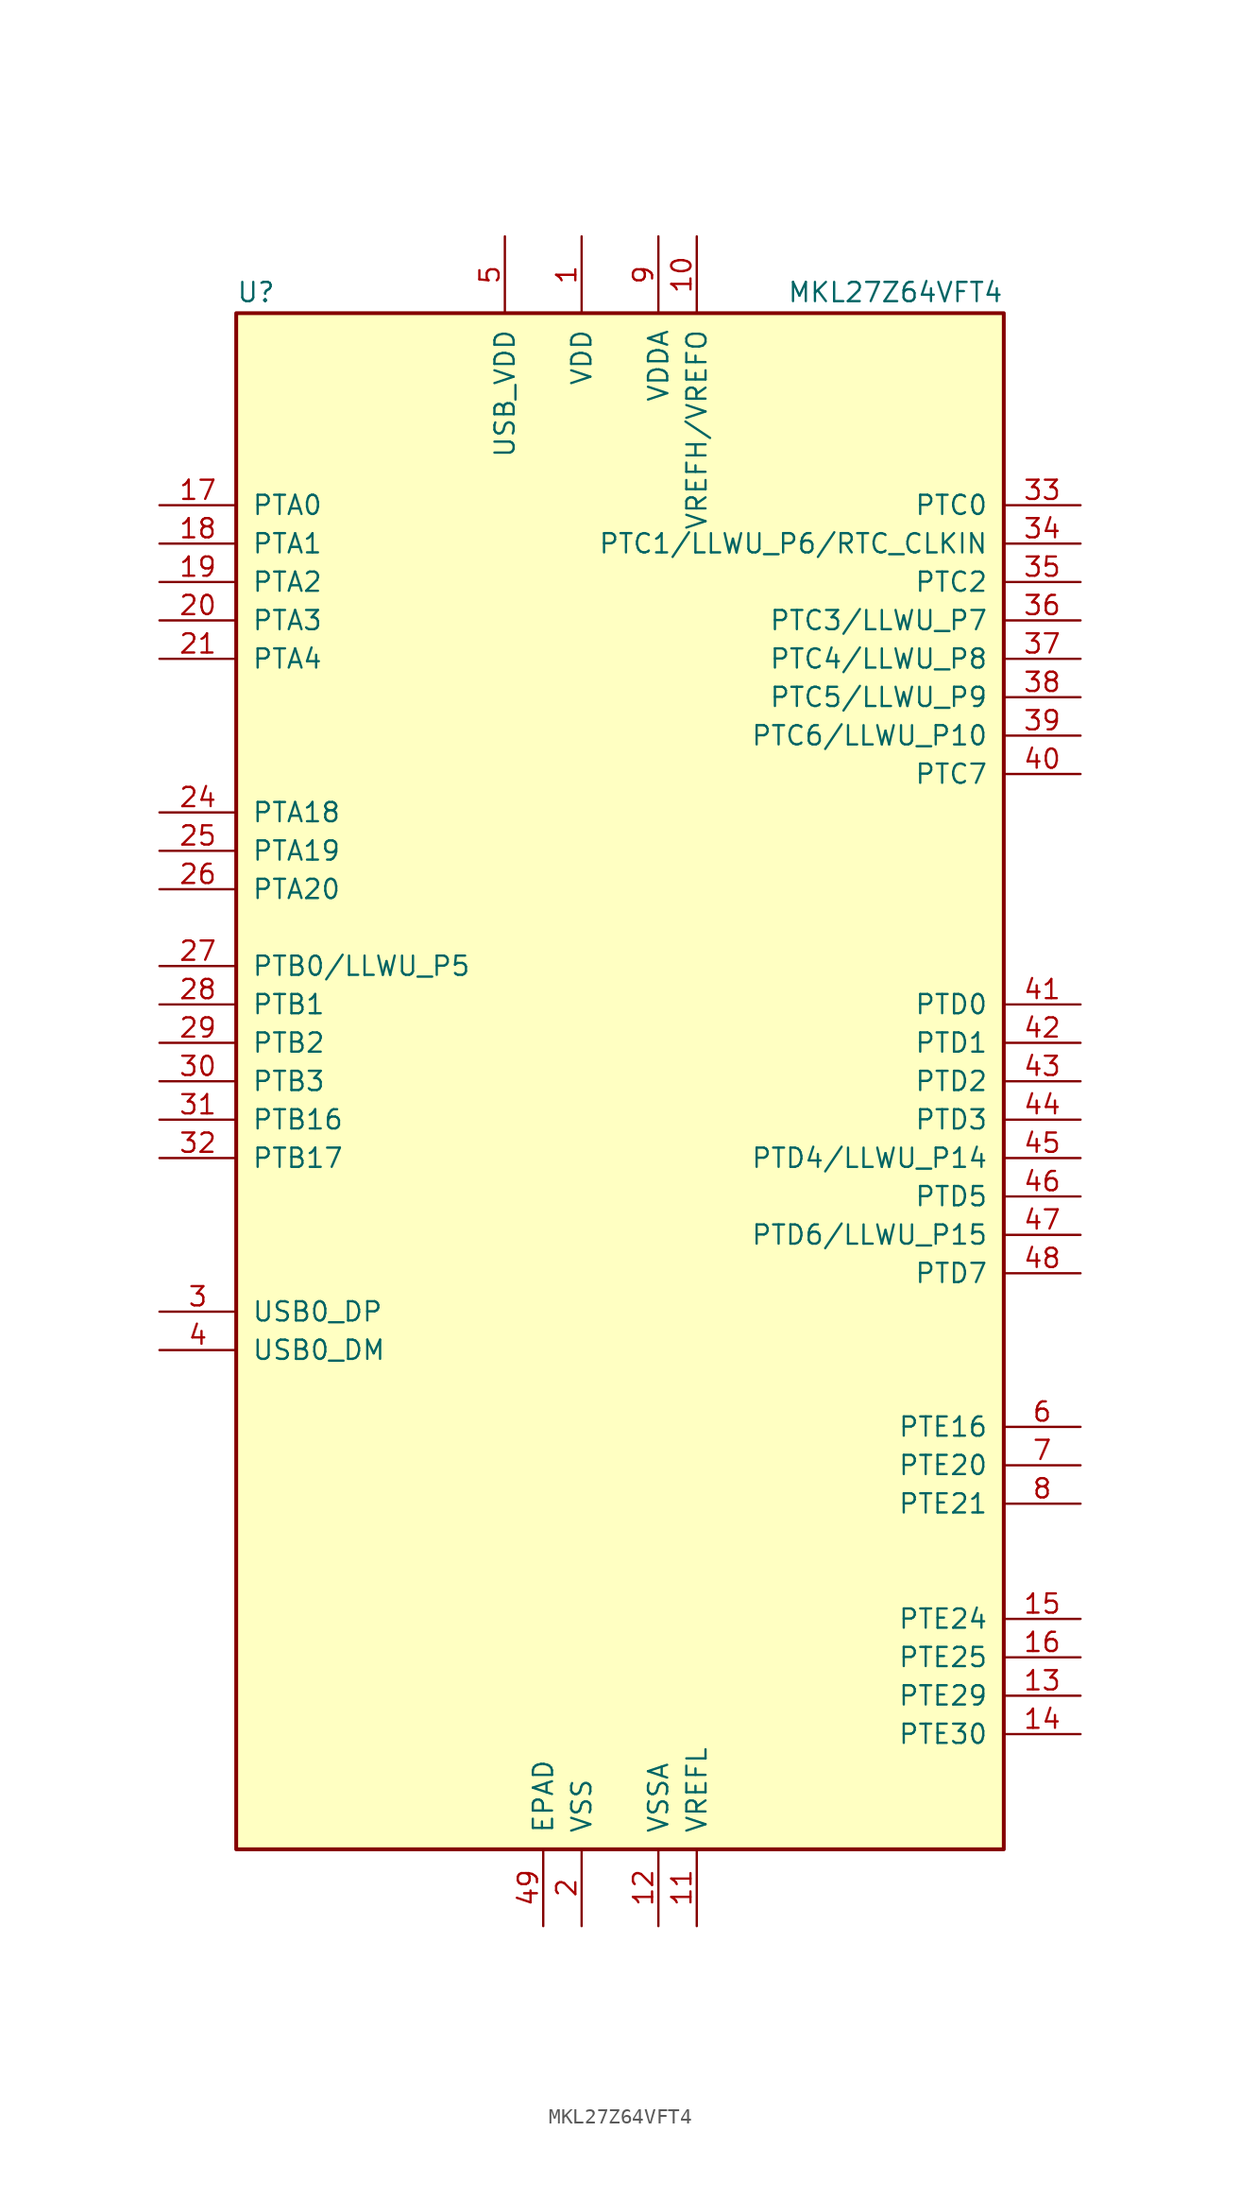
<source format=kicad_sym>
(kicad_symbol_lib
  (version 20231120)
  (generator "kicad_symbol_editor")
  (generator_version "8.0")
  (symbol "MKL27Z64VFT4"
    (pin_names
      (offset 1.016))
    (property "Reference" "U"
      (at -25.4 51.435 0)
      (effects (font (size 1.27 1.27)) (justify left bottom)))
    (property "Value" "MKL27Z64VFT4"
      (at 25.4 51.435 0)
      (effects (font (size 1.27 1.27)) (justify right bottom)))
    (symbol "MKL27Z64VFT4_0_1"
      (rectangle (start -25.4 50.8) (end 25.4 -50.8) (stroke (width 0.254) (type default)) (fill (type background))))
    (symbol "MKL27Z64VFT4_1_1"
      (pin power_in line (at -2.54 55.88 270) (length 5.08) (name "VDD" (effects (font (size 1.27 1.27)))) (number "1" (effects (font (size 1.27 1.27)))))
      (pin power_in line (at 5.08 55.88 270) (length 5.08) (name "VREFH/VREFO" (effects (font (size 1.27 1.27)))) (number "10" (effects (font (size 1.27 1.27)))))
      (pin power_in line (at 5.08 -55.88 90) (length 5.08) (name "VREFL" (effects (font (size 1.27 1.27)))) (number "11" (effects (font (size 1.27 1.27)))))
      (pin power_in line (at 2.54 -55.88 90) (length 5.08) (name "VSSA" (effects (font (size 1.27 1.27)))) (number "12" (effects (font (size 1.27 1.27)))))
      (pin bidirectional line (at 30.48 -40.64 180) (length 5.08) (name "PTE29" (effects (font (size 1.27 1.27)))) (number "13" (effects (font (size 1.27 1.27)))))
      (pin bidirectional line (at 30.48 -43.18 180) (length 5.08) (name "PTE30" (effects (font (size 1.27 1.27)))) (number "14" (effects (font (size 1.27 1.27)))))
      (pin bidirectional line (at 30.48 -35.56 180) (length 5.08) (name "PTE24" (effects (font (size 1.27 1.27)))) (number "15" (effects (font (size 1.27 1.27)))))
      (pin bidirectional line (at 30.48 -38.1 180) (length 5.08) (name "PTE25" (effects (font (size 1.27 1.27)))) (number "16" (effects (font (size 1.27 1.27)))))
      (pin bidirectional line (at -30.48 38.1 0) (length 5.08) (name "PTA0" (effects (font (size 1.27 1.27)))) (number "17" (effects (font (size 1.27 1.27)))))
      (pin bidirectional line (at -30.48 35.56 0) (length 5.08) (name "PTA1" (effects (font (size 1.27 1.27)))) (number "18" (effects (font (size 1.27 1.27)))))
      (pin bidirectional line (at -30.48 33.02 0) (length 5.08) (name "PTA2" (effects (font (size 1.27 1.27)))) (number "19" (effects (font (size 1.27 1.27)))))
      (pin power_in line (at -2.54 -55.88 90) (length 5.08) (name "VSS" (effects (font (size 1.27 1.27)))) (number "2" (effects (font (size 1.27 1.27)))))
      (pin bidirectional line (at -30.48 30.48 0) (length 5.08) (name "PTA3" (effects (font (size 1.27 1.27)))) (number "20" (effects (font (size 1.27 1.27)))))
      (pin bidirectional line (at -30.48 27.94 0) (length 5.08) (name "PTA4" (effects (font (size 1.27 1.27)))) (number "21" (effects (font (size 1.27 1.27)))))
      (pin passive line (at -2.54 55.88 270) (length 5.08) hide (name "VDD" (effects (font (size 1.27 1.27)))) (number "22" (effects (font (size 1.27 1.27)))))
      (pin passive line (at -2.54 -55.88 90) (length 5.08) hide (name "VSS" (effects (font (size 1.27 1.27)))) (number "23" (effects (font (size 1.27 1.27)))))
      (pin bidirectional line (at -30.48 17.78 0) (length 5.08) (name "PTA18" (effects (font (size 1.27 1.27)))) (number "24" (effects (font (size 1.27 1.27)))))
      (pin bidirectional line (at -30.48 15.24 0) (length 5.08) (name "PTA19" (effects (font (size 1.27 1.27)))) (number "25" (effects (font (size 1.27 1.27)))))
      (pin bidirectional line (at -30.48 12.7 0) (length 5.08) (name "PTA20" (effects (font (size 1.27 1.27)))) (number "26" (effects (font (size 1.27 1.27)))))
      (pin bidirectional line (at -30.48 7.62 0) (length 5.08) (name "PTB0/LLWU_P5" (effects (font (size 1.27 1.27)))) (number "27" (effects (font (size 1.27 1.27)))))
      (pin bidirectional line (at -30.48 5.08 0) (length 5.08) (name "PTB1" (effects (font (size 1.27 1.27)))) (number "28" (effects (font (size 1.27 1.27)))))
      (pin bidirectional line (at -30.48 2.54 0) (length 5.08) (name "PTB2" (effects (font (size 1.27 1.27)))) (number "29" (effects (font (size 1.27 1.27)))))
      (pin bidirectional line (at -30.48 -15.24 0) (length 5.08) (name "USB0_DP" (effects (font (size 1.27 1.27)))) (number "3" (effects (font (size 1.27 1.27)))))
      (pin bidirectional line (at -30.48 0 0) (length 5.08) (name "PTB3" (effects (font (size 1.27 1.27)))) (number "30" (effects (font (size 1.27 1.27)))))
      (pin bidirectional line (at -30.48 -2.54 0) (length 5.08) (name "PTB16" (effects (font (size 1.27 1.27)))) (number "31" (effects (font (size 1.27 1.27)))))
      (pin bidirectional line (at -30.48 -5.08 0) (length 5.08) (name "PTB17" (effects (font (size 1.27 1.27)))) (number "32" (effects (font (size 1.27 1.27)))))
      (pin bidirectional line (at 30.48 38.1 180) (length 5.08) (name "PTC0" (effects (font (size 1.27 1.27)))) (number "33" (effects (font (size 1.27 1.27)))))
      (pin bidirectional line (at 30.48 35.56 180) (length 5.08) (name "PTC1/LLWU_P6/RTC_CLKIN" (effects (font (size 1.27 1.27)))) (number "34" (effects (font (size 1.27 1.27)))))
      (pin bidirectional line (at 30.48 33.02 180) (length 5.08) (name "PTC2" (effects (font (size 1.27 1.27)))) (number "35" (effects (font (size 1.27 1.27)))))
      (pin bidirectional line (at 30.48 30.48 180) (length 5.08) (name "PTC3/LLWU_P7" (effects (font (size 1.27 1.27)))) (number "36" (effects (font (size 1.27 1.27)))))
      (pin bidirectional line (at 30.48 27.94 180) (length 5.08) (name "PTC4/LLWU_P8" (effects (font (size 1.27 1.27)))) (number "37" (effects (font (size 1.27 1.27)))))
      (pin bidirectional line (at 30.48 25.4 180) (length 5.08) (name "PTC5/LLWU_P9" (effects (font (size 1.27 1.27)))) (number "38" (effects (font (size 1.27 1.27)))))
      (pin bidirectional line (at 30.48 22.86 180) (length 5.08) (name "PTC6/LLWU_P10" (effects (font (size 1.27 1.27)))) (number "39" (effects (font (size 1.27 1.27)))))
      (pin bidirectional line (at -30.48 -17.78 0) (length 5.08) (name "USB0_DM" (effects (font (size 1.27 1.27)))) (number "4" (effects (font (size 1.27 1.27)))))
      (pin bidirectional line (at 30.48 20.32 180) (length 5.08) (name "PTC7" (effects (font (size 1.27 1.27)))) (number "40" (effects (font (size 1.27 1.27)))))
      (pin bidirectional line (at 30.48 5.08 180) (length 5.08) (name "PTD0" (effects (font (size 1.27 1.27)))) (number "41" (effects (font (size 1.27 1.27)))))
      (pin bidirectional line (at 30.48 2.54 180) (length 5.08) (name "PTD1" (effects (font (size 1.27 1.27)))) (number "42" (effects (font (size 1.27 1.27)))))
      (pin bidirectional line (at 30.48 0 180) (length 5.08) (name "PTD2" (effects (font (size 1.27 1.27)))) (number "43" (effects (font (size 1.27 1.27)))))
      (pin bidirectional line (at 30.48 -2.54 180) (length 5.08) (name "PTD3" (effects (font (size 1.27 1.27)))) (number "44" (effects (font (size 1.27 1.27)))))
      (pin bidirectional line (at 30.48 -5.08 180) (length 5.08) (name "PTD4/LLWU_P14" (effects (font (size 1.27 1.27)))) (number "45" (effects (font (size 1.27 1.27)))))
      (pin bidirectional line (at 30.48 -7.62 180) (length 5.08) (name "PTD5" (effects (font (size 1.27 1.27)))) (number "46" (effects (font (size 1.27 1.27)))))
      (pin bidirectional line (at 30.48 -10.16 180) (length 5.08) (name "PTD6/LLWU_P15" (effects (font (size 1.27 1.27)))) (number "47" (effects (font (size 1.27 1.27)))))
      (pin bidirectional line (at 30.48 -12.7 180) (length 5.08) (name "PTD7" (effects (font (size 1.27 1.27)))) (number "48" (effects (font (size 1.27 1.27)))))
      (pin power_in line (at -5.08 -55.88 90) (length 5.08) (name "EPAD" (effects (font (size 1.27 1.27)))) (number "49" (effects (font (size 1.27 1.27)))))
      (pin power_in line (at -7.62 55.88 270) (length 5.08) (name "USB_VDD" (effects (font (size 1.27 1.27)))) (number "5" (effects (font (size 1.27 1.27)))))
      (pin bidirectional line (at 30.48 -22.86 180) (length 5.08) (name "PTE16" (effects (font (size 1.27 1.27)))) (number "6" (effects (font (size 1.27 1.27)))))
      (pin bidirectional line (at 30.48 -25.4 180) (length 5.08) (name "PTE20" (effects (font (size 1.27 1.27)))) (number "7" (effects (font (size 1.27 1.27)))))
      (pin bidirectional line (at 30.48 -27.94 180) (length 5.08) (name "PTE21" (effects (font (size 1.27 1.27)))) (number "8" (effects (font (size 1.27 1.27)))))
      (pin power_in line (at 2.54 55.88 270) (length 5.08) (name "VDDA" (effects (font (size 1.27 1.27)))) (number "9" (effects (font (size 1.27 1.27))))))))
</source>
